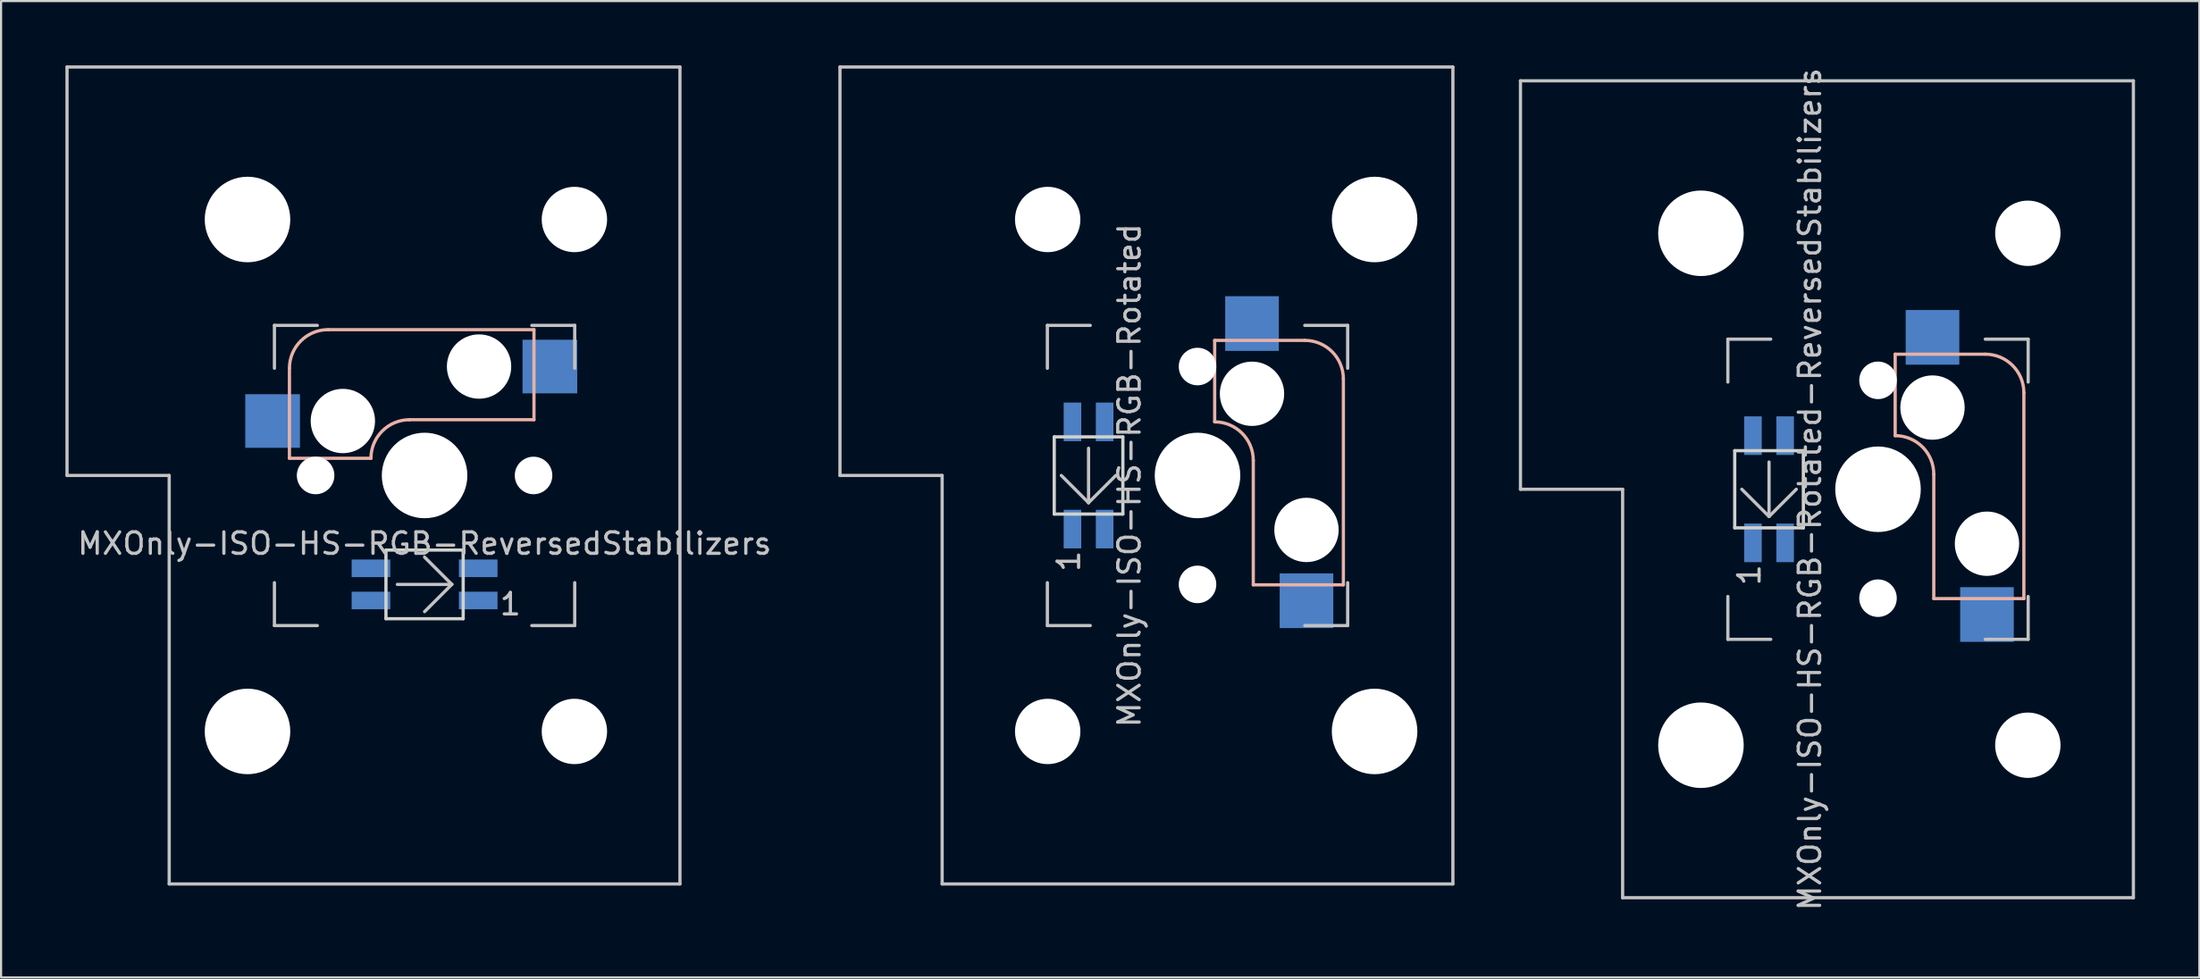
<source format=kicad_pcb>
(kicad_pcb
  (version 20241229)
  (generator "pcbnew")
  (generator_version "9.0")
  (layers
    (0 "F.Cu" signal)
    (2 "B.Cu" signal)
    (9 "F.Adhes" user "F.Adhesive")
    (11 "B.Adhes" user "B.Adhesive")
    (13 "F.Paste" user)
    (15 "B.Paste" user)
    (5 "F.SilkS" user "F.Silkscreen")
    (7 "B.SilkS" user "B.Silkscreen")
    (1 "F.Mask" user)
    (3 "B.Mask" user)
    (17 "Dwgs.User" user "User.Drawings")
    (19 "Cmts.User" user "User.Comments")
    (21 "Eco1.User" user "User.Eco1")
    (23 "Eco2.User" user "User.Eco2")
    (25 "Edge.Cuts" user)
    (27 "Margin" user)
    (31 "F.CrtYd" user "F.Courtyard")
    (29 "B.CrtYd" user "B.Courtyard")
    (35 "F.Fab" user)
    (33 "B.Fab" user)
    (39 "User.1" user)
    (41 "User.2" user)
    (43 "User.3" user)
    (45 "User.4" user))
  (footprint "MXOnly-ISO-HS-RGB-ReversedStabilizers"
    (layer "F.Cu")
    (at 16.744 19.125)
    (property "Reference" "MXOnly-ISO-HS-RGB-ReversedStabilizers" (at 0 3.175 0) (layer "Dwgs.User") (effects (font (size 1 1) (thickness 0.15))))
    (attr through_hole)
    (fp_line (start -6.3 -5) (end -6.3 -0.8) (stroke (width 0.15) (type solid)) (layer "B.SilkS"))
    (fp_line (start -6.3 -0.8) (end -2.5 -0.8) (stroke (width 0.15) (type solid)) (layer "B.SilkS"))
    (fp_line (start -0.7 -2.6) (end 5.1 -2.6) (stroke (width 0.15) (type solid)) (layer "B.SilkS"))
    (fp_line (start 5.1 -6.8) (end -4.5 -6.8) (stroke (width 0.15) (type solid)) (layer "B.SilkS"))
    (fp_line (start 5.1 -2.6) (end 5.1 -6.8) (stroke (width 0.15) (type solid)) (layer "B.SilkS"))
    (fp_arc (start -6.3 -5) (mid -5.772792 -6.272792) (end -4.5 -6.8) (stroke (width 0.15) (type solid)) (layer "B.SilkS"))
    (fp_arc (start -2.5 -0.8) (mid -1.972792 -2.072792) (end -0.7 -2.6) (stroke (width 0.15) (type solid)) (layer "B.SilkS"))
    (fp_line (start -16.669 -19.05) (end -16.669 0) (stroke (width 0.15) (type solid)) (layer "Dwgs.User"))
    (fp_line (start -16.669 -19.05) (end 11.906 -19.05) (stroke (width 0.15) (type solid)) (layer "Dwgs.User"))
    (fp_line (start -11.906 0) (end -16.669 0) (stroke (width 0.15) (type solid)) (layer "Dwgs.User"))
    (fp_line (start -11.906 19.05) (end -11.906 0) (stroke (width 0.15) (type solid)) (layer "Dwgs.User"))
    (fp_line (start -11.906 19.05) (end 11.906 19.05) (stroke (width 0.15) (type solid)) (layer "Dwgs.User"))
    (fp_line (start -7 -7) (end -7 -5) (stroke (width 0.15) (type solid)) (layer "Dwgs.User"))
    (fp_line (start -7 5) (end -7 7) (stroke (width 0.15) (type solid)) (layer "Dwgs.User"))
    (fp_line (start -7 7) (end -5 7) (stroke (width 0.15) (type solid)) (layer "Dwgs.User"))
    (fp_line (start -5 -7) (end -7 -7) (stroke (width 0.15) (type solid)) (layer "Dwgs.User"))
    (fp_line (start -1.27 5.08) (end 1.27 5.08) (stroke (width 0.15) (type solid)) (layer "Dwgs.User"))
    (fp_line (start 1.27 5.08) (end 0 3.81) (stroke (width 0.15) (type solid)) (layer "Dwgs.User"))
    (fp_line (start 1.27 5.08) (end 0 6.35) (stroke (width 0.15) (type solid)) (layer "Dwgs.User"))
    (fp_line (start 5 -7) (end 7 -7) (stroke (width 0.15) (type solid)) (layer "Dwgs.User"))
    (fp_line (start 5 7) (end 7 7) (stroke (width 0.15) (type solid)) (layer "Dwgs.User"))
    (fp_line (start 7 -7) (end 7 -5) (stroke (width 0.15) (type solid)) (layer "Dwgs.User"))
    (fp_line (start 7 7) (end 7 5) (stroke (width 0.15) (type solid)) (layer "Dwgs.User"))
    (fp_line (start 11.906 -19.05) (end 11.906 19.05) (stroke (width 0.15) (type solid)) (layer "Dwgs.User"))
    (fp_line (start -1.8 3.48) (end -1.8 6.68) (stroke (width 0.15) (type solid)) (layer "Edge.Cuts"))
    (fp_line (start -1.8 3.48) (end 1.8 3.48) (stroke (width 0.15) (type solid)) (layer "Edge.Cuts"))
    (fp_line (start 1.8 3.48) (end 1.8 6.68) (stroke (width 0.15) (type solid)) (layer "Edge.Cuts"))
    (fp_line (start 1.8 6.68) (end -1.8 6.68) (stroke (width 0.15) (type solid)) (layer "Edge.Cuts"))
    (fp_text user "1" (at 4 6 0) (layer "Dwgs.User") (effects (font (size 1 1) (thickness 0.15))))
    (pad "" np_thru_hole circle (at -8.255 -11.938) (size 3.988 3.988) (drill 3.988) (layers "*.Cu" "*.Mask"))
    (pad "" np_thru_hole circle (at -8.255 11.938) (size 3.988 3.988) (drill 3.988) (layers "*.Cu" "*.Mask"))
    (pad "" np_thru_hole circle (at -5.08 0 48.1) (size 1.75 1.75) (drill 1.75) (layers "*.Cu" "*.Mask"))
    (pad "" np_thru_hole circle (at -3.81 -2.54) (size 3 3) (drill 3) (layers "*.Cu" "*.Mask"))
    (pad "" np_thru_hole circle (at 0 0) (size 3.988 3.988) (drill 3.988) (layers "*.Cu" "*.Mask"))
    (pad "" np_thru_hole circle (at 2.54 -5.08) (size 3 3) (drill 3) (layers "*.Cu" "*.Mask"))
    (pad "" np_thru_hole circle (at 5.08 0 48.1) (size 1.75 1.75) (drill 1.75) (layers "*.Cu" "*.Mask"))
    (pad "" np_thru_hole circle (at 6.985 -11.938) (size 3.048 3.048) (drill 3.048) (layers "*.Cu" "*.Mask"))
    (pad "" np_thru_hole circle (at 6.985 11.938) (size 3.048 3.048) (drill 3.048) (layers "*.Cu" "*.Mask"))
    (pad "1" smd rect (at -7.085 -2.54) (size 2.55 2.5) (layers "B.Cu" "B.Mask" "B.Paste"))
    (pad "2" smd rect (at 5.842 -5.08) (size 2.55 2.5) (layers "B.Cu" "B.Mask" "B.Paste"))
    (pad "3" smd rect (at 2.5 5.83) (size 1.8 0.82) (layers "B.Cu" "B.Mask" "B.Paste"))
    (pad "4" smd rect (at 2.5 4.33) (size 1.8 0.82) (layers "B.Cu" "B.Mask" "B.Paste"))
    (pad "5" smd rect (at -2.5 4.33) (size 1.8 0.82) (layers "B.Cu" "B.Mask" "B.Paste"))
    (pad "6" smd rect (at -2.5 5.83) (size 1.8 0.82) (layers "B.Cu" "B.Mask" "B.Paste")))
  (footprint "MXOnly-ISO-HS-RGB-Rotated-ReversedStabilizers"
    (layer "F.Cu")
    (at 84.504 19.768)
    (property "Reference" "MXOnly-ISO-HS-RGB-Rotated-ReversedStabilizers" (at -3.175 0 270) (layer "Dwgs.User") (effects (font (size 1 1) (thickness 0.15))))
    (attr through_hole)
    (fp_line (start 0.8 -6.3) (end 0.8 -2.5) (stroke (width 0.15) (type solid)) (layer "B.SilkS"))
    (fp_line (start 2.6 -0.7) (end 2.6 5.1) (stroke (width 0.15) (type solid)) (layer "B.SilkS"))
    (fp_line (start 2.6 5.1) (end 6.8 5.1) (stroke (width 0.15) (type solid)) (layer "B.SilkS"))
    (fp_line (start 5 -6.3) (end 0.8 -6.3) (stroke (width 0.15) (type solid)) (layer "B.SilkS"))
    (fp_line (start 6.8 5.1) (end 6.8 -4.5) (stroke (width 0.15) (type solid)) (layer "B.SilkS"))
    (fp_arc (start 0.8 -2.5) (mid 2.072792 -1.972792) (end 2.6 -0.7) (stroke (width 0.15) (type solid)) (layer "B.SilkS"))
    (fp_arc (start 5 -6.3) (mid 6.272792 -5.772792) (end 6.8 -4.5) (stroke (width 0.15) (type solid)) (layer "B.SilkS"))
    (fp_line (start -16.669 -19.05) (end -16.669 0) (stroke (width 0.15) (type solid)) (layer "Dwgs.User"))
    (fp_line (start -16.669 -19.05) (end 11.906 -19.05) (stroke (width 0.15) (type solid)) (layer "Dwgs.User"))
    (fp_line (start -11.906 0) (end -16.669 0) (stroke (width 0.15) (type solid)) (layer "Dwgs.User"))
    (fp_line (start -11.906 19.05) (end -11.906 0) (stroke (width 0.15) (type solid)) (layer "Dwgs.User"))
    (fp_line (start -11.906 19.05) (end 11.906 19.05) (stroke (width 0.15) (type solid)) (layer "Dwgs.User"))
    (fp_line (start -7 -7) (end -7 -5) (stroke (width 0.15) (type solid)) (layer "Dwgs.User"))
    (fp_line (start -7 5) (end -7 7) (stroke (width 0.15) (type solid)) (layer "Dwgs.User"))
    (fp_line (start -7 7) (end -5 7) (stroke (width 0.15) (type solid)) (layer "Dwgs.User"))
    (fp_line (start -5.08 -1.27) (end -5.08 1.27) (stroke (width 0.15) (type solid)) (layer "Dwgs.User"))
    (fp_line (start -5.08 1.27) (end -6.35 0) (stroke (width 0.15) (type solid)) (layer "Dwgs.User"))
    (fp_line (start -5.08 1.27) (end -3.81 0) (stroke (width 0.15) (type solid)) (layer "Dwgs.User"))
    (fp_line (start -5 -7) (end -7 -7) (stroke (width 0.15) (type solid)) (layer "Dwgs.User"))
    (fp_line (start 7 -7) (end 5 -7) (stroke (width 0.15) (type solid)) (layer "Dwgs.User"))
    (fp_line (start 7 -5) (end 7 -7) (stroke (width 0.15) (type solid)) (layer "Dwgs.User"))
    (fp_line (start 7 5) (end 7 7) (stroke (width 0.15) (type solid)) (layer "Dwgs.User"))
    (fp_line (start 7 7) (end 5 7) (stroke (width 0.15) (type solid)) (layer "Dwgs.User"))
    (fp_line (start 11.906 -19.05) (end 11.906 19.05) (stroke (width 0.15) (type solid)) (layer "Dwgs.User"))
    (fp_line (start -6.68 1.8) (end -6.68 -1.8) (stroke (width 0.15) (type solid)) (layer "Edge.Cuts"))
    (fp_line (start -3.48 -1.8) (end -6.68 -1.8) (stroke (width 0.15) (type solid)) (layer "Edge.Cuts"))
    (fp_line (start -3.48 -1.8) (end -3.48 1.8) (stroke (width 0.15) (type solid)) (layer "Edge.Cuts"))
    (fp_line (start -3.48 1.8) (end -6.68 1.8) (stroke (width 0.15) (type solid)) (layer "Edge.Cuts"))
    (fp_text user "1" (at -6 4 270) (layer "Dwgs.User") (effects (font (size 1 1) (thickness 0.15))))
    (pad "" np_thru_hole circle (at -8.255 -11.938) (size 3.988 3.988) (drill 3.988) (layers "*.Cu" "*.Mask"))
    (pad "" np_thru_hole circle (at -8.255 11.938) (size 3.988 3.988) (drill 3.988) (layers "*.Cu" "*.Mask"))
    (pad "" np_thru_hole circle (at 0 -5.08 318.1) (size 1.75 1.75) (drill 1.75) (layers "*.Cu" "*.Mask"))
    (pad "" np_thru_hole circle (at 0 0 270) (size 3.988 3.988) (drill 3.988) (layers "*.Cu" "*.Mask"))
    (pad "" np_thru_hole circle (at 0 5.08 318.1) (size 1.75 1.75) (drill 1.75) (layers "*.Cu" "*.Mask"))
    (pad "" np_thru_hole circle (at 2.54 -3.81 270) (size 3 3) (drill 3) (layers "*.Cu" "*.Mask"))
    (pad "" np_thru_hole circle (at 5.08 2.54 270) (size 3 3) (drill 3) (layers "*.Cu" "*.Mask"))
    (pad "" np_thru_hole circle (at 6.985 -11.938) (size 3.048 3.048) (drill 3.048) (layers "*.Cu" "*.Mask"))
    (pad "" np_thru_hole circle (at 6.985 11.938) (size 3.048 3.048) (drill 3.048) (layers "*.Cu" "*.Mask"))
    (pad "1" smd rect (at 2.54 -7.085 270) (size 2.55 2.5) (layers "B.Cu" "B.Mask" "B.Paste"))
    (pad "2" smd rect (at 5.08 5.842 270) (size 2.55 2.5) (layers "B.Cu" "B.Mask" "B.Paste"))
    (pad "3" smd rect (at -5.83 2.5 270) (size 1.8 0.82) (layers "B.Cu" "B.Mask" "B.Paste"))
    (pad "4" smd rect (at -4.33 2.5 270) (size 1.8 0.82) (layers "B.Cu" "B.Mask" "B.Paste"))
    (pad "5" smd rect (at -4.33 -2.5 270) (size 1.8 0.82) (layers "B.Cu" "B.Mask" "B.Paste"))
    (pad "6" smd rect (at -5.83 -2.5 270) (size 1.8 0.82) (layers "B.Cu" "B.Mask" "B.Paste")))
  (footprint "MXOnly-ISO-HS-RGB-Rotated"
    (layer "F.Cu")
    (at 52.779 19.125)
    (property "Reference" "MXOnly-ISO-HS-RGB-Rotated" (at -3.175 0 270) (layer "Dwgs.User") (effects (font (size 1 1) (thickness 0.15))))
    (attr through_hole)
    (fp_line (start 0.8 -6.3) (end 0.8 -2.5) (stroke (width 0.15) (type solid)) (layer "B.SilkS"))
    (fp_line (start 2.6 -0.7) (end 2.6 5.1) (stroke (width 0.15) (type solid)) (layer "B.SilkS"))
    (fp_line (start 2.6 5.1) (end 6.8 5.1) (stroke (width 0.15) (type solid)) (layer "B.SilkS"))
    (fp_line (start 5 -6.3) (end 0.8 -6.3) (stroke (width 0.15) (type solid)) (layer "B.SilkS"))
    (fp_line (start 6.8 5.1) (end 6.8 -4.5) (stroke (width 0.15) (type solid)) (layer "B.SilkS"))
    (fp_arc (start 0.8 -2.5) (mid 2.072792 -1.972792) (end 2.6 -0.7) (stroke (width 0.15) (type solid)) (layer "B.SilkS"))
    (fp_arc (start 5 -6.3) (mid 6.272792 -5.772792) (end 6.8 -4.5) (stroke (width 0.15) (type solid)) (layer "B.SilkS"))
    (fp_line (start -16.669 -19.05) (end -16.669 0) (stroke (width 0.15) (type solid)) (layer "Dwgs.User"))
    (fp_line (start -16.669 -19.05) (end 11.906 -19.05) (stroke (width 0.15) (type solid)) (layer "Dwgs.User"))
    (fp_line (start -11.906 0) (end -16.669 0) (stroke (width 0.15) (type solid)) (layer "Dwgs.User"))
    (fp_line (start -11.906 19.05) (end -11.906 0) (stroke (width 0.15) (type solid)) (layer "Dwgs.User"))
    (fp_line (start -11.906 19.05) (end 11.906 19.05) (stroke (width 0.15) (type solid)) (layer "Dwgs.User"))
    (fp_line (start -7 -7) (end -7 -5) (stroke (width 0.15) (type solid)) (layer "Dwgs.User"))
    (fp_line (start -7 5) (end -7 7) (stroke (width 0.15) (type solid)) (layer "Dwgs.User"))
    (fp_line (start -7 7) (end -5 7) (stroke (width 0.15) (type solid)) (layer "Dwgs.User"))
    (fp_line (start -5.08 -1.27) (end -5.08 1.27) (stroke (width 0.15) (type solid)) (layer "Dwgs.User"))
    (fp_line (start -5.08 1.27) (end -6.35 0) (stroke (width 0.15) (type solid)) (layer "Dwgs.User"))
    (fp_line (start -5.08 1.27) (end -3.81 0) (stroke (width 0.15) (type solid)) (layer "Dwgs.User"))
    (fp_line (start -5 -7) (end -7 -7) (stroke (width 0.15) (type solid)) (layer "Dwgs.User"))
    (fp_line (start 7 -7) (end 5 -7) (stroke (width 0.15) (type solid)) (layer "Dwgs.User"))
    (fp_line (start 7 -5) (end 7 -7) (stroke (width 0.15) (type solid)) (layer "Dwgs.User"))
    (fp_line (start 7 5) (end 7 7) (stroke (width 0.15) (type solid)) (layer "Dwgs.User"))
    (fp_line (start 7 7) (end 5 7) (stroke (width 0.15) (type solid)) (layer "Dwgs.User"))
    (fp_line (start 11.906 -19.05) (end 11.906 19.05) (stroke (width 0.15) (type solid)) (layer "Dwgs.User"))
    (fp_line (start -6.68 1.8) (end -6.68 -1.8) (stroke (width 0.15) (type solid)) (layer "Edge.Cuts"))
    (fp_line (start -3.48 -1.8) (end -6.68 -1.8) (stroke (width 0.15) (type solid)) (layer "Edge.Cuts"))
    (fp_line (start -3.48 -1.8) (end -3.48 1.8) (stroke (width 0.15) (type solid)) (layer "Edge.Cuts"))
    (fp_line (start -3.48 1.8) (end -6.68 1.8) (stroke (width 0.15) (type solid)) (layer "Edge.Cuts"))
    (fp_text user "1" (at -6 4 270) (layer "Dwgs.User") (effects (font (size 1 1) (thickness 0.15))))
    (pad "" np_thru_hole circle (at -6.985 -11.938) (size 3.048 3.048) (drill 3.048) (layers "*.Cu" "*.Mask"))
    (pad "" np_thru_hole circle (at -6.985 11.938) (size 3.048 3.048) (drill 3.048) (layers "*.Cu" "*.Mask"))
    (pad "" np_thru_hole circle (at 0 -5.08 318.1) (size 1.75 1.75) (drill 1.75) (layers "*.Cu" "*.Mask"))
    (pad "" np_thru_hole circle (at 0 0 270) (size 3.988 3.988) (drill 3.988) (layers "*.Cu" "*.Mask"))
    (pad "" np_thru_hole circle (at 0 5.08 318.1) (size 1.75 1.75) (drill 1.75) (layers "*.Cu" "*.Mask"))
    (pad "" np_thru_hole circle (at 2.54 -3.81 270) (size 3 3) (drill 3) (layers "*.Cu" "*.Mask"))
    (pad "" np_thru_hole circle (at 5.08 2.54 270) (size 3 3) (drill 3) (layers "*.Cu" "*.Mask"))
    (pad "" np_thru_hole circle (at 8.255 -11.938) (size 3.988 3.988) (drill 3.988) (layers "*.Cu" "*.Mask"))
    (pad "" np_thru_hole circle (at 8.255 11.938) (size 3.988 3.988) (drill 3.988) (layers "*.Cu" "*.Mask"))
    (pad "1" smd rect (at 2.54 -7.085 270) (size 2.55 2.5) (layers "B.Cu" "B.Mask" "B.Paste"))
    (pad "2" smd rect (at 5.08 5.842 270) (size 2.55 2.5) (layers "B.Cu" "B.Mask" "B.Paste"))
    (pad "3" smd rect (at -5.83 2.5 270) (size 1.8 0.82) (layers "B.Cu" "B.Mask" "B.Paste"))
    (pad "4" smd rect (at -4.33 2.5 270) (size 1.8 0.82) (layers "B.Cu" "B.Mask" "B.Paste"))
    (pad "5" smd rect (at -4.33 -2.5 270) (size 1.8 0.82) (layers "B.Cu" "B.Mask" "B.Paste"))
    (pad "6" smd rect (at -5.83 -2.5 270) (size 1.8 0.82) (layers "B.Cu" "B.Mask" "B.Paste")))
  (gr_rect
    (start -3 -3)
    (end 99.485 42.536)
    (stroke (width 0.1) (type default))
    (fill no)
    (layer "Edge.Cuts")))
</source>
